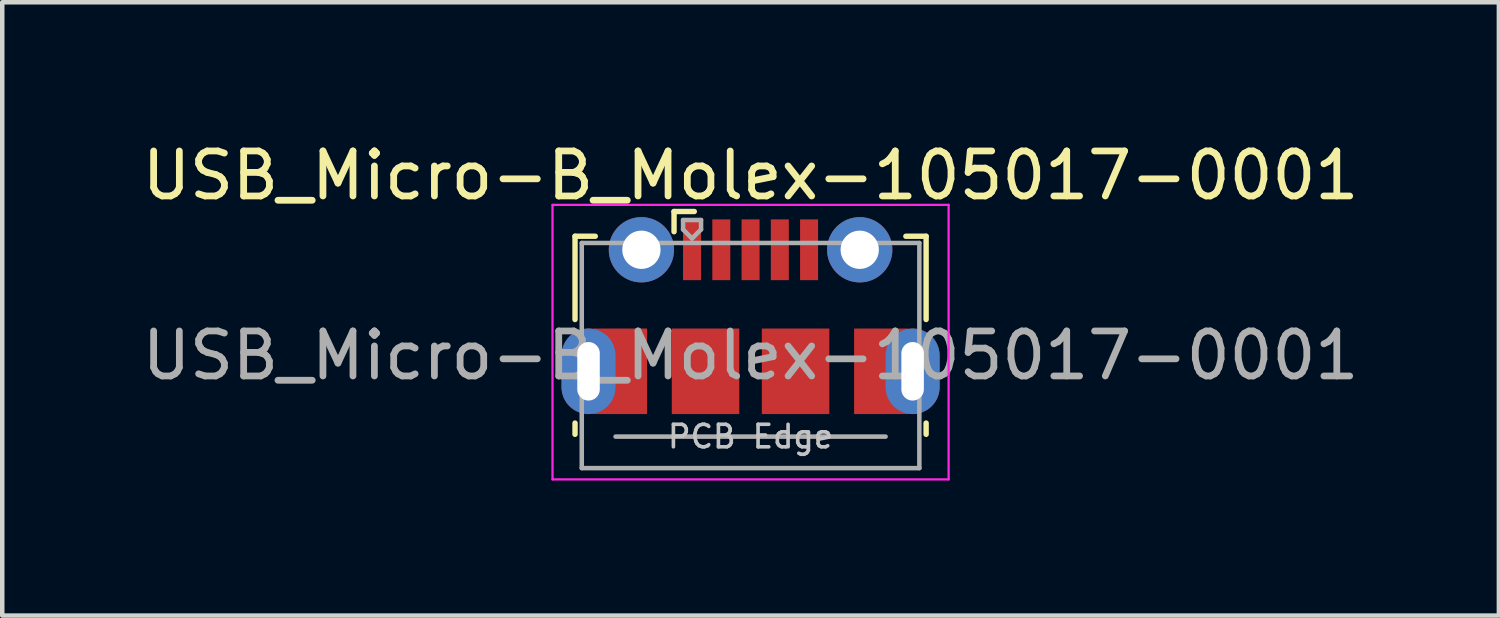
<source format=kicad_pcb>
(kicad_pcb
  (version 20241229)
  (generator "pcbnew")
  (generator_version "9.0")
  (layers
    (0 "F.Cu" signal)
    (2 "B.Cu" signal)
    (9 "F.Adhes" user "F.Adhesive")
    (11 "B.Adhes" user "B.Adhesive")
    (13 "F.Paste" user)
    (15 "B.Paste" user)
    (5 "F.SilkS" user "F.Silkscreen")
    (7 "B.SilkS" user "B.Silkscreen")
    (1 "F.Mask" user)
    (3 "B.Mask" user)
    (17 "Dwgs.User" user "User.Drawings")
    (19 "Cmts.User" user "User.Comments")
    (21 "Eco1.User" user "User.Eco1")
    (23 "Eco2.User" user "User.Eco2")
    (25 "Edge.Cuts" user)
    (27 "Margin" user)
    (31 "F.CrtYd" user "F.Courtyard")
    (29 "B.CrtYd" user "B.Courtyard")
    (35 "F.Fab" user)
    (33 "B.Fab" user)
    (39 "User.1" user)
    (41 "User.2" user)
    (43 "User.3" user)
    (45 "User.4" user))
  (footprint "USB_Micro-B_Molex-105017-0001"
    (layer "F.Cu")
    (at 13.625 3.961)
    (property "Reference" "USB_Micro-B_Molex-105017-0001" (at 0 -3.112 0) (layer "F.SilkS") (effects (font (size 1 1) (thickness 0.15))))
    (attr smd)
    (fp_line (start -3.9 -1.762) (end -3.45 -1.762) (stroke (width 0.12) (type solid)) (layer "F.SilkS"))
    (fp_line (start -3.9 0.087) (end -3.9 -1.762) (stroke (width 0.12) (type solid)) (layer "F.SilkS"))
    (fp_line (start -3.9 2.638) (end -3.9 2.388) (stroke (width 0.12) (type solid)) (layer "F.SilkS"))
    (fp_line (start -1.7 -2.312) (end -1.7 -1.863) (stroke (width 0.12) (type solid)) (layer "F.SilkS"))
    (fp_line (start -1.7 -2.312) (end -1.25 -2.312) (stroke (width 0.12) (type solid)) (layer "F.SilkS"))
    (fp_line (start 3.9 -1.762) (end 3.45 -1.762) (stroke (width 0.12) (type solid)) (layer "F.SilkS"))
    (fp_line (start 3.9 0.087) (end 3.9 -1.762) (stroke (width 0.12) (type solid)) (layer "F.SilkS"))
    (fp_line (start 3.9 2.638) (end 3.9 2.388) (stroke (width 0.12) (type solid)) (layer "F.SilkS"))
    (fp_line (start -4.4 -2.46) (end 4.4 -2.46) (stroke (width 0.05) (type solid)) (layer "F.CrtYd"))
    (fp_line (start -4.4 3.64) (end -4.4 -2.46) (stroke (width 0.05) (type solid)) (layer "F.CrtYd"))
    (fp_line (start -4.4 3.64) (end 4.4 3.64) (stroke (width 0.05) (type solid)) (layer "F.CrtYd"))
    (fp_line (start 4.4 -2.46) (end 4.4 3.64) (stroke (width 0.05) (type solid)) (layer "F.CrtYd"))
    (fp_line (start -3.75 -1.613) (end 3.75 -1.613) (stroke (width 0.1) (type solid)) (layer "F.Fab"))
    (fp_line (start -3.75 3.388) (end -3.75 -1.613) (stroke (width 0.1) (type solid)) (layer "F.Fab"))
    (fp_line (start -3.75 3.389) (end 3.75 3.389) (stroke (width 0.1) (type solid)) (layer "F.Fab"))
    (fp_line (start -3 2.689) (end 3 2.689) (stroke (width 0.1) (type solid)) (layer "F.Fab"))
    (fp_line (start -1.5 -2.123) (end -1.5 -1.913) (stroke (width 0.1) (type solid)) (layer "F.Fab"))
    (fp_line (start -1.5 -2.123) (end -1.1 -2.123) (stroke (width 0.1) (type solid)) (layer "F.Fab"))
    (fp_line (start -1.3 -1.712) (end -1.5 -1.913) (stroke (width 0.1) (type solid)) (layer "F.Fab"))
    (fp_line (start -1.1 -2.123) (end -1.1 -1.913) (stroke (width 0.1) (type solid)) (layer "F.Fab"))
    (fp_line (start -1.1 -1.913) (end -1.3 -1.712) (stroke (width 0.1) (type solid)) (layer "F.Fab"))
    (fp_line (start 3.75 3.388) (end 3.75 -1.613) (stroke (width 0.1) (type solid)) (layer "F.Fab"))
    (fp_text user "PCB Edge" (at 0 2.688 0) (layer "Dwgs.User") (effects (font (size 0.5 0.5) (thickness 0.08))))
    (fp_text user "${REFERENCE}" (at 0 0.887 0) (layer "F.Fab") (effects (font (size 1 1) (thickness 0.15))))
    (pad "1" smd rect (at -1.3 -1.462) (size 0.4 1.35) (layers "F.Cu" "F.Mask" "F.Paste"))
    (pad "2" smd rect (at -0.65 -1.462) (size 0.4 1.35) (layers "F.Cu" "F.Mask" "F.Paste"))
    (pad "3" smd rect (at 0 -1.462) (size 0.4 1.35) (layers "F.Cu" "F.Mask" "F.Paste"))
    (pad "4" smd rect (at 0.65 -1.462) (size 0.4 1.35) (layers "F.Cu" "F.Mask" "F.Paste"))
    (pad "5" smd rect (at 1.3 -1.462) (size 0.4 1.35) (layers "F.Cu" "F.Mask" "F.Paste"))
    (pad "6" thru_hole oval (at -3.6 1.238 180) (size 1.2 1.9) (drill oval 0.5 1.3) (layers "*.Cu" "*.Mask"))
    (pad "6" smd rect (at -2.9 1.238) (size 1.2 1.9) (layers "F.Cu" "F.Mask"))
    (pad "6" thru_hole circle (at -2.425 -1.462) (size 1.45 1.45) (drill 0.85) (layers "*.Cu" "*.Mask"))
    (pad "6" smd rect (at -1 1.238) (size 1.5 1.9) (layers "F.Cu" "F.Mask" "F.Paste"))
    (pad "6" smd rect (at 1 1.238) (size 1.5 1.9) (layers "F.Cu" "F.Mask" "F.Paste"))
    (pad "6" thru_hole circle (at 2.425 -1.462) (size 1.45 1.45) (drill 0.85) (layers "*.Cu" "*.Mask"))
    (pad "6" smd rect (at 2.9 1.238) (size 1.2 1.9) (layers "F.Cu" "F.Mask"))
    (pad "6" thru_hole oval (at 3.6 1.238) (size 1.2 1.9) (drill oval 0.5 1.3) (layers "*.Cu" "*.Mask")))
  (gr_rect
    (start -3 -3)
    (end 30.25 10.626)
    (stroke (width 0.1) (type default))
    (fill no)
    (layer "Edge.Cuts")))
</source>
